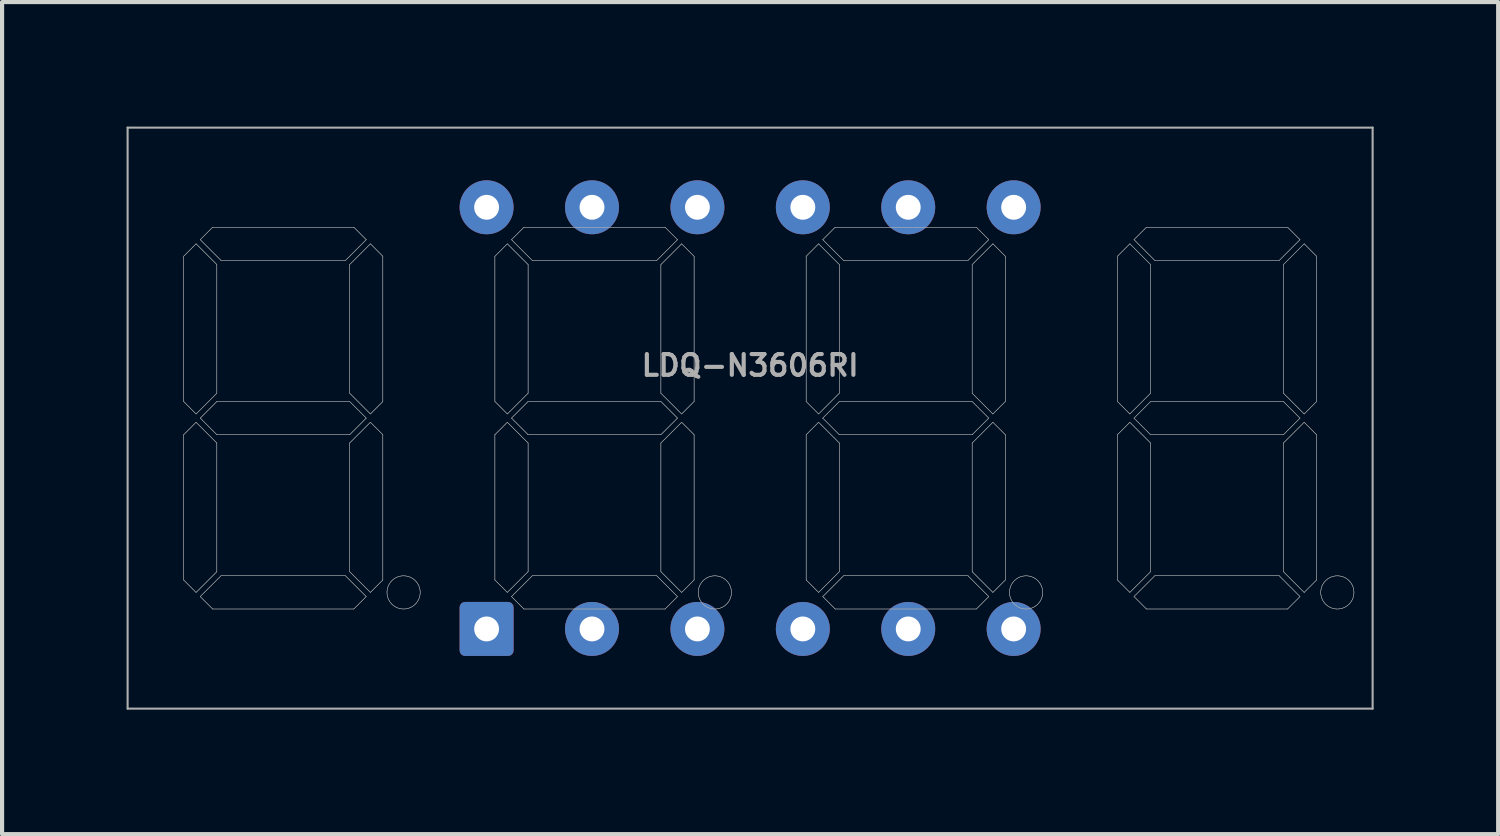
<source format=kicad_pcb>
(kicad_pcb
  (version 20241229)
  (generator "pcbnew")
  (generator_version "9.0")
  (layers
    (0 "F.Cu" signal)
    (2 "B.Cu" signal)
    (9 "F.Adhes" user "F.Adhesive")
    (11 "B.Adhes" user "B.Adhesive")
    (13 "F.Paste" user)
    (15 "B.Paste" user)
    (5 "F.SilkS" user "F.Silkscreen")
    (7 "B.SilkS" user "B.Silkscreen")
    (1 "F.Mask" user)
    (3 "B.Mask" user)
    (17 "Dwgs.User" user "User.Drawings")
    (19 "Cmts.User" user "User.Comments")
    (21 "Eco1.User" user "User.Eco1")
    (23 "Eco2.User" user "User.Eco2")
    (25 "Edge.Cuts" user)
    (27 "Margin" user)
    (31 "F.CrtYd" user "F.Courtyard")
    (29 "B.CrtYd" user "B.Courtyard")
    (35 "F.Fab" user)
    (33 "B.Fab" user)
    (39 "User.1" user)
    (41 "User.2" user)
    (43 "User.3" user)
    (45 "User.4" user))
  (footprint "LDQ-N3606RI"
    (layer "F.Cu")
    (at 15.025 7.025)
    (property "Reference" "LDQ-N3606RI" (at 0 -1.27 0) (layer "F.Fab") (effects (font (size 0.5 0.5) (thickness 0.1))))
    (attr through_hole)
    (fp_line (start -15 -7) (end -15 7) (stroke (width 0.05) (type solid)) (layer "F.Fab"))
    (fp_line (start -15 7) (end 15 7) (stroke (width 0.05) (type solid)) (layer "F.Fab"))
    (fp_line (start -13.65 -3.9) (end -13.35 -4.2) (stroke (width 0.01) (type solid)) (layer "F.Fab"))
    (fp_line (start -13.65 -3.9) (end -13.35 -4.2) (stroke (width 0.01) (type solid)) (layer "F.Fab"))
    (fp_line (start -13.65 -0.4) (end -13.65 -3.9) (stroke (width 0.01) (type solid)) (layer "F.Fab"))
    (fp_line (start -13.65 -0.4) (end -13.65 -3.9) (stroke (width 0.01) (type solid)) (layer "F.Fab"))
    (fp_line (start -13.65 0.4) (end -13.35 0.1) (stroke (width 0.01) (type solid)) (layer "F.Fab"))
    (fp_line (start -13.65 0.4) (end -13.35 0.1) (stroke (width 0.01) (type solid)) (layer "F.Fab"))
    (fp_line (start -13.65 3.9) (end -13.65 0.4) (stroke (width 0.01) (type solid)) (layer "F.Fab"))
    (fp_line (start -13.65 3.9) (end -13.65 0.4) (stroke (width 0.01) (type solid)) (layer "F.Fab"))
    (fp_line (start -13.35 -4.2) (end -12.85 -3.7) (stroke (width 0.01) (type solid)) (layer "F.Fab"))
    (fp_line (start -13.35 -4.2) (end -12.85 -3.7) (stroke (width 0.01) (type solid)) (layer "F.Fab"))
    (fp_line (start -13.35 -0.1) (end -13.65 -0.4) (stroke (width 0.01) (type solid)) (layer "F.Fab"))
    (fp_line (start -13.35 -0.1) (end -13.65 -0.4) (stroke (width 0.01) (type solid)) (layer "F.Fab"))
    (fp_line (start -13.35 0.1) (end -12.85 0.6) (stroke (width 0.01) (type solid)) (layer "F.Fab"))
    (fp_line (start -13.35 0.1) (end -12.85 0.6) (stroke (width 0.01) (type solid)) (layer "F.Fab"))
    (fp_line (start -13.35 4.2) (end -13.65 3.9) (stroke (width 0.01) (type solid)) (layer "F.Fab"))
    (fp_line (start -13.35 4.2) (end -13.65 3.9) (stroke (width 0.01) (type solid)) (layer "F.Fab"))
    (fp_line (start -13.25 -4.3) (end -12.75 -3.8) (stroke (width 0.01) (type solid)) (layer "F.Fab"))
    (fp_line (start -13.25 -4.3) (end -12.75 -3.8) (stroke (width 0.01) (type solid)) (layer "F.Fab"))
    (fp_line (start -13.25 0) (end -12.85 -0.4) (stroke (width 0.01) (type solid)) (layer "F.Fab"))
    (fp_line (start -13.25 0) (end -12.85 -0.4) (stroke (width 0.01) (type solid)) (layer "F.Fab"))
    (fp_line (start -13.25 4.3) (end -12.95 4.6) (stroke (width 0.01) (type solid)) (layer "F.Fab"))
    (fp_line (start -13.25 4.3) (end -12.95 4.6) (stroke (width 0.01) (type solid)) (layer "F.Fab"))
    (fp_line (start -13.25 4.3) (end -12.75 3.8) (stroke (width 0.01) (type solid)) (layer "F.Fab"))
    (fp_line (start -13.25 4.3) (end -12.75 3.8) (stroke (width 0.01) (type solid)) (layer "F.Fab"))
    (fp_line (start -12.95 -4.6) (end -13.25 -4.3) (stroke (width 0.01) (type solid)) (layer "F.Fab"))
    (fp_line (start -12.95 -4.6) (end -13.25 -4.3) (stroke (width 0.01) (type solid)) (layer "F.Fab"))
    (fp_line (start -12.95 4.6) (end -9.55 4.6) (stroke (width 0.01) (type solid)) (layer "F.Fab"))
    (fp_line (start -12.95 4.6) (end -9.55 4.6) (stroke (width 0.01) (type solid)) (layer "F.Fab"))
    (fp_line (start -12.85 -3.7) (end -12.85 -0.6) (stroke (width 0.01) (type solid)) (layer "F.Fab"))
    (fp_line (start -12.85 -3.7) (end -12.85 -0.6) (stroke (width 0.01) (type solid)) (layer "F.Fab"))
    (fp_line (start -12.85 -0.6) (end -13.35 -0.1) (stroke (width 0.01) (type solid)) (layer "F.Fab"))
    (fp_line (start -12.85 -0.6) (end -13.35 -0.1) (stroke (width 0.01) (type solid)) (layer "F.Fab"))
    (fp_line (start -12.85 -0.4) (end -9.65 -0.4) (stroke (width 0.01) (type solid)) (layer "F.Fab"))
    (fp_line (start -12.85 -0.4) (end -9.65 -0.4) (stroke (width 0.01) (type solid)) (layer "F.Fab"))
    (fp_line (start -12.85 0.4) (end -13.25 0) (stroke (width 0.01) (type solid)) (layer "F.Fab"))
    (fp_line (start -12.85 0.4) (end -13.25 0) (stroke (width 0.01) (type solid)) (layer "F.Fab"))
    (fp_line (start -12.85 0.6) (end -12.85 3.7) (stroke (width 0.01) (type solid)) (layer "F.Fab"))
    (fp_line (start -12.85 0.6) (end -12.85 3.7) (stroke (width 0.01) (type solid)) (layer "F.Fab"))
    (fp_line (start -12.85 3.7) (end -13.35 4.2) (stroke (width 0.01) (type solid)) (layer "F.Fab"))
    (fp_line (start -12.85 3.7) (end -13.35 4.2) (stroke (width 0.01) (type solid)) (layer "F.Fab"))
    (fp_line (start -12.75 -3.8) (end -9.75 -3.8) (stroke (width 0.01) (type solid)) (layer "F.Fab"))
    (fp_line (start -12.75 -3.8) (end -9.75 -3.8) (stroke (width 0.01) (type solid)) (layer "F.Fab"))
    (fp_line (start -9.75 3.8) (end -12.75 3.8) (stroke (width 0.01) (type solid)) (layer "F.Fab"))
    (fp_line (start -9.75 3.8) (end -12.75 3.8) (stroke (width 0.01) (type solid)) (layer "F.Fab"))
    (fp_line (start -9.65 -3.7) (end -9.15 -4.2) (stroke (width 0.01) (type solid)) (layer "F.Fab"))
    (fp_line (start -9.65 -3.7) (end -9.15 -4.2) (stroke (width 0.01) (type solid)) (layer "F.Fab"))
    (fp_line (start -9.65 -0.6) (end -9.65 -3.7) (stroke (width 0.01) (type solid)) (layer "F.Fab"))
    (fp_line (start -9.65 -0.6) (end -9.65 -3.7) (stroke (width 0.01) (type solid)) (layer "F.Fab"))
    (fp_line (start -9.65 0.4) (end -12.85 0.4) (stroke (width 0.01) (type solid)) (layer "F.Fab"))
    (fp_line (start -9.65 0.4) (end -12.85 0.4) (stroke (width 0.01) (type solid)) (layer "F.Fab"))
    (fp_line (start -9.65 0.6) (end -9.15 0.1) (stroke (width 0.01) (type solid)) (layer "F.Fab"))
    (fp_line (start -9.65 0.6) (end -9.15 0.1) (stroke (width 0.01) (type solid)) (layer "F.Fab"))
    (fp_line (start -9.65 3.7) (end -9.65 0.6) (stroke (width 0.01) (type solid)) (layer "F.Fab"))
    (fp_line (start -9.65 3.7) (end -9.65 0.6) (stroke (width 0.01) (type solid)) (layer "F.Fab"))
    (fp_line (start -9.55 -4.6) (end -12.95 -4.6) (stroke (width 0.01) (type solid)) (layer "F.Fab"))
    (fp_line (start -9.55 -4.6) (end -12.95 -4.6) (stroke (width 0.01) (type solid)) (layer "F.Fab"))
    (fp_line (start -9.55 4.6) (end -9.25 4.3) (stroke (width 0.01) (type solid)) (layer "F.Fab"))
    (fp_line (start -9.55 4.6) (end -9.25 4.3) (stroke (width 0.01) (type solid)) (layer "F.Fab"))
    (fp_line (start -9.25 -4.3) (end -9.75 -3.8) (stroke (width 0.01) (type solid)) (layer "F.Fab"))
    (fp_line (start -9.25 -4.3) (end -9.75 -3.8) (stroke (width 0.01) (type solid)) (layer "F.Fab"))
    (fp_line (start -9.25 -4.3) (end -9.55 -4.6) (stroke (width 0.01) (type solid)) (layer "F.Fab"))
    (fp_line (start -9.25 -4.3) (end -9.55 -4.6) (stroke (width 0.01) (type solid)) (layer "F.Fab"))
    (fp_line (start -9.25 0) (end -9.65 -0.4) (stroke (width 0.01) (type solid)) (layer "F.Fab"))
    (fp_line (start -9.25 0) (end -9.65 -0.4) (stroke (width 0.01) (type solid)) (layer "F.Fab"))
    (fp_line (start -9.25 0) (end -9.65 0.4) (stroke (width 0.01) (type solid)) (layer "F.Fab"))
    (fp_line (start -9.25 0) (end -9.65 0.4) (stroke (width 0.01) (type solid)) (layer "F.Fab"))
    (fp_line (start -9.25 4.3) (end -9.75 3.8) (stroke (width 0.01) (type solid)) (layer "F.Fab"))
    (fp_line (start -9.25 4.3) (end -9.75 3.8) (stroke (width 0.01) (type solid)) (layer "F.Fab"))
    (fp_line (start -9.15 -4.2) (end -8.85 -3.9) (stroke (width 0.01) (type solid)) (layer "F.Fab"))
    (fp_line (start -9.15 -4.2) (end -8.85 -3.9) (stroke (width 0.01) (type solid)) (layer "F.Fab"))
    (fp_line (start -9.15 -0.1) (end -9.65 -0.6) (stroke (width 0.01) (type solid)) (layer "F.Fab"))
    (fp_line (start -9.15 -0.1) (end -9.65 -0.6) (stroke (width 0.01) (type solid)) (layer "F.Fab"))
    (fp_line (start -9.15 0.1) (end -8.85 0.4) (stroke (width 0.01) (type solid)) (layer "F.Fab"))
    (fp_line (start -9.15 0.1) (end -8.85 0.4) (stroke (width 0.01) (type solid)) (layer "F.Fab"))
    (fp_line (start -9.15 4.2) (end -9.65 3.7) (stroke (width 0.01) (type solid)) (layer "F.Fab"))
    (fp_line (start -9.15 4.2) (end -9.65 3.7) (stroke (width 0.01) (type solid)) (layer "F.Fab"))
    (fp_line (start -8.85 -3.9) (end -8.85 -0.4) (stroke (width 0.01) (type solid)) (layer "F.Fab"))
    (fp_line (start -8.85 -3.9) (end -8.85 -0.4) (stroke (width 0.01) (type solid)) (layer "F.Fab"))
    (fp_line (start -8.85 -0.4) (end -9.15 -0.1) (stroke (width 0.01) (type solid)) (layer "F.Fab"))
    (fp_line (start -8.85 -0.4) (end -9.15 -0.1) (stroke (width 0.01) (type solid)) (layer "F.Fab"))
    (fp_line (start -8.85 0.4) (end -8.85 3.9) (stroke (width 0.01) (type solid)) (layer "F.Fab"))
    (fp_line (start -8.85 0.4) (end -8.85 3.9) (stroke (width 0.01) (type solid)) (layer "F.Fab"))
    (fp_line (start -8.85 3.9) (end -9.15 4.2) (stroke (width 0.01) (type solid)) (layer "F.Fab"))
    (fp_line (start -8.85 3.9) (end -9.15 4.2) (stroke (width 0.01) (type solid)) (layer "F.Fab"))
    (fp_line (start -6.15 -3.9) (end -5.85 -4.2) (stroke (width 0.01) (type solid)) (layer "F.Fab"))
    (fp_line (start -6.15 -3.9) (end -5.85 -4.2) (stroke (width 0.01) (type solid)) (layer "F.Fab"))
    (fp_line (start -6.15 -0.4) (end -6.15 -3.9) (stroke (width 0.01) (type solid)) (layer "F.Fab"))
    (fp_line (start -6.15 -0.4) (end -6.15 -3.9) (stroke (width 0.01) (type solid)) (layer "F.Fab"))
    (fp_line (start -6.15 0.4) (end -5.85 0.1) (stroke (width 0.01) (type solid)) (layer "F.Fab"))
    (fp_line (start -6.15 0.4) (end -5.85 0.1) (stroke (width 0.01) (type solid)) (layer "F.Fab"))
    (fp_line (start -6.15 3.9) (end -6.15 0.4) (stroke (width 0.01) (type solid)) (layer "F.Fab"))
    (fp_line (start -6.15 3.9) (end -6.15 0.4) (stroke (width 0.01) (type solid)) (layer "F.Fab"))
    (fp_line (start -5.85 -4.2) (end -5.35 -3.7) (stroke (width 0.01) (type solid)) (layer "F.Fab"))
    (fp_line (start -5.85 -4.2) (end -5.35 -3.7) (stroke (width 0.01) (type solid)) (layer "F.Fab"))
    (fp_line (start -5.85 -0.1) (end -6.15 -0.4) (stroke (width 0.01) (type solid)) (layer "F.Fab"))
    (fp_line (start -5.85 -0.1) (end -6.15 -0.4) (stroke (width 0.01) (type solid)) (layer "F.Fab"))
    (fp_line (start -5.85 0.1) (end -5.35 0.6) (stroke (width 0.01) (type solid)) (layer "F.Fab"))
    (fp_line (start -5.85 0.1) (end -5.35 0.6) (stroke (width 0.01) (type solid)) (layer "F.Fab"))
    (fp_line (start -5.85 4.2) (end -6.15 3.9) (stroke (width 0.01) (type solid)) (layer "F.Fab"))
    (fp_line (start -5.85 4.2) (end -6.15 3.9) (stroke (width 0.01) (type solid)) (layer "F.Fab"))
    (fp_line (start -5.75 -4.3) (end -5.25 -3.8) (stroke (width 0.01) (type solid)) (layer "F.Fab"))
    (fp_line (start -5.75 -4.3) (end -5.25 -3.8) (stroke (width 0.01) (type solid)) (layer "F.Fab"))
    (fp_line (start -5.75 0) (end -5.35 -0.4) (stroke (width 0.01) (type solid)) (layer "F.Fab"))
    (fp_line (start -5.75 0) (end -5.35 -0.4) (stroke (width 0.01) (type solid)) (layer "F.Fab"))
    (fp_line (start -5.75 4.3) (end -5.45 4.6) (stroke (width 0.01) (type solid)) (layer "F.Fab"))
    (fp_line (start -5.75 4.3) (end -5.45 4.6) (stroke (width 0.01) (type solid)) (layer "F.Fab"))
    (fp_line (start -5.75 4.3) (end -5.25 3.8) (stroke (width 0.01) (type solid)) (layer "F.Fab"))
    (fp_line (start -5.75 4.3) (end -5.25 3.8) (stroke (width 0.01) (type solid)) (layer "F.Fab"))
    (fp_line (start -5.45 -4.6) (end -5.75 -4.3) (stroke (width 0.01) (type solid)) (layer "F.Fab"))
    (fp_line (start -5.45 -4.6) (end -5.75 -4.3) (stroke (width 0.01) (type solid)) (layer "F.Fab"))
    (fp_line (start -5.45 4.6) (end -2.05 4.6) (stroke (width 0.01) (type solid)) (layer "F.Fab"))
    (fp_line (start -5.45 4.6) (end -2.05 4.6) (stroke (width 0.01) (type solid)) (layer "F.Fab"))
    (fp_line (start -5.35 -3.7) (end -5.35 -0.6) (stroke (width 0.01) (type solid)) (layer "F.Fab"))
    (fp_line (start -5.35 -3.7) (end -5.35 -0.6) (stroke (width 0.01) (type solid)) (layer "F.Fab"))
    (fp_line (start -5.35 -0.6) (end -5.85 -0.1) (stroke (width 0.01) (type solid)) (layer "F.Fab"))
    (fp_line (start -5.35 -0.6) (end -5.85 -0.1) (stroke (width 0.01) (type solid)) (layer "F.Fab"))
    (fp_line (start -5.35 -0.4) (end -2.15 -0.4) (stroke (width 0.01) (type solid)) (layer "F.Fab"))
    (fp_line (start -5.35 -0.4) (end -2.15 -0.4) (stroke (width 0.01) (type solid)) (layer "F.Fab"))
    (fp_line (start -5.35 0.4) (end -5.75 0) (stroke (width 0.01) (type solid)) (layer "F.Fab"))
    (fp_line (start -5.35 0.4) (end -5.75 0) (stroke (width 0.01) (type solid)) (layer "F.Fab"))
    (fp_line (start -5.35 0.6) (end -5.35 3.7) (stroke (width 0.01) (type solid)) (layer "F.Fab"))
    (fp_line (start -5.35 0.6) (end -5.35 3.7) (stroke (width 0.01) (type solid)) (layer "F.Fab"))
    (fp_line (start -5.35 3.7) (end -5.85 4.2) (stroke (width 0.01) (type solid)) (layer "F.Fab"))
    (fp_line (start -5.35 3.7) (end -5.85 4.2) (stroke (width 0.01) (type solid)) (layer "F.Fab"))
    (fp_line (start -5.25 -3.8) (end -2.25 -3.8) (stroke (width 0.01) (type solid)) (layer "F.Fab"))
    (fp_line (start -5.25 -3.8) (end -2.25 -3.8) (stroke (width 0.01) (type solid)) (layer "F.Fab"))
    (fp_line (start -2.25 3.8) (end -5.25 3.8) (stroke (width 0.01) (type solid)) (layer "F.Fab"))
    (fp_line (start -2.25 3.8) (end -5.25 3.8) (stroke (width 0.01) (type solid)) (layer "F.Fab"))
    (fp_line (start -2.15 -3.7) (end -1.65 -4.2) (stroke (width 0.01) (type solid)) (layer "F.Fab"))
    (fp_line (start -2.15 -3.7) (end -1.65 -4.2) (stroke (width 0.01) (type solid)) (layer "F.Fab"))
    (fp_line (start -2.15 -0.6) (end -2.15 -3.7) (stroke (width 0.01) (type solid)) (layer "F.Fab"))
    (fp_line (start -2.15 -0.6) (end -2.15 -3.7) (stroke (width 0.01) (type solid)) (layer "F.Fab"))
    (fp_line (start -2.15 0.4) (end -5.35 0.4) (stroke (width 0.01) (type solid)) (layer "F.Fab"))
    (fp_line (start -2.15 0.4) (end -5.35 0.4) (stroke (width 0.01) (type solid)) (layer "F.Fab"))
    (fp_line (start -2.15 0.6) (end -1.65 0.1) (stroke (width 0.01) (type solid)) (layer "F.Fab"))
    (fp_line (start -2.15 0.6) (end -1.65 0.1) (stroke (width 0.01) (type solid)) (layer "F.Fab"))
    (fp_line (start -2.15 3.7) (end -2.15 0.6) (stroke (width 0.01) (type solid)) (layer "F.Fab"))
    (fp_line (start -2.15 3.7) (end -2.15 0.6) (stroke (width 0.01) (type solid)) (layer "F.Fab"))
    (fp_line (start -2.05 -4.6) (end -5.45 -4.6) (stroke (width 0.01) (type solid)) (layer "F.Fab"))
    (fp_line (start -2.05 -4.6) (end -5.45 -4.6) (stroke (width 0.01) (type solid)) (layer "F.Fab"))
    (fp_line (start -2.05 4.6) (end -1.75 4.3) (stroke (width 0.01) (type solid)) (layer "F.Fab"))
    (fp_line (start -2.05 4.6) (end -1.75 4.3) (stroke (width 0.01) (type solid)) (layer "F.Fab"))
    (fp_line (start -1.75 -4.3) (end -2.25 -3.8) (stroke (width 0.01) (type solid)) (layer "F.Fab"))
    (fp_line (start -1.75 -4.3) (end -2.25 -3.8) (stroke (width 0.01) (type solid)) (layer "F.Fab"))
    (fp_line (start -1.75 -4.3) (end -2.05 -4.6) (stroke (width 0.01) (type solid)) (layer "F.Fab"))
    (fp_line (start -1.75 -4.3) (end -2.05 -4.6) (stroke (width 0.01) (type solid)) (layer "F.Fab"))
    (fp_line (start -1.75 0) (end -2.15 -0.4) (stroke (width 0.01) (type solid)) (layer "F.Fab"))
    (fp_line (start -1.75 0) (end -2.15 -0.4) (stroke (width 0.01) (type solid)) (layer "F.Fab"))
    (fp_line (start -1.75 0) (end -2.15 0.4) (stroke (width 0.01) (type solid)) (layer "F.Fab"))
    (fp_line (start -1.75 0) (end -2.15 0.4) (stroke (width 0.01) (type solid)) (layer "F.Fab"))
    (fp_line (start -1.75 4.3) (end -2.25 3.8) (stroke (width 0.01) (type solid)) (layer "F.Fab"))
    (fp_line (start -1.75 4.3) (end -2.25 3.8) (stroke (width 0.01) (type solid)) (layer "F.Fab"))
    (fp_line (start -1.65 -4.2) (end -1.35 -3.9) (stroke (width 0.01) (type solid)) (layer "F.Fab"))
    (fp_line (start -1.65 -4.2) (end -1.35 -3.9) (stroke (width 0.01) (type solid)) (layer "F.Fab"))
    (fp_line (start -1.65 -0.1) (end -2.15 -0.6) (stroke (width 0.01) (type solid)) (layer "F.Fab"))
    (fp_line (start -1.65 -0.1) (end -2.15 -0.6) (stroke (width 0.01) (type solid)) (layer "F.Fab"))
    (fp_line (start -1.65 0.1) (end -1.35 0.4) (stroke (width 0.01) (type solid)) (layer "F.Fab"))
    (fp_line (start -1.65 0.1) (end -1.35 0.4) (stroke (width 0.01) (type solid)) (layer "F.Fab"))
    (fp_line (start -1.65 4.2) (end -2.15 3.7) (stroke (width 0.01) (type solid)) (layer "F.Fab"))
    (fp_line (start -1.65 4.2) (end -2.15 3.7) (stroke (width 0.01) (type solid)) (layer "F.Fab"))
    (fp_line (start -1.35 -3.9) (end -1.35 -0.4) (stroke (width 0.01) (type solid)) (layer "F.Fab"))
    (fp_line (start -1.35 -3.9) (end -1.35 -0.4) (stroke (width 0.01) (type solid)) (layer "F.Fab"))
    (fp_line (start -1.35 -0.4) (end -1.65 -0.1) (stroke (width 0.01) (type solid)) (layer "F.Fab"))
    (fp_line (start -1.35 -0.4) (end -1.65 -0.1) (stroke (width 0.01) (type solid)) (layer "F.Fab"))
    (fp_line (start -1.35 0.4) (end -1.35 3.9) (stroke (width 0.01) (type solid)) (layer "F.Fab"))
    (fp_line (start -1.35 0.4) (end -1.35 3.9) (stroke (width 0.01) (type solid)) (layer "F.Fab"))
    (fp_line (start -1.35 3.9) (end -1.65 4.2) (stroke (width 0.01) (type solid)) (layer "F.Fab"))
    (fp_line (start -1.35 3.9) (end -1.65 4.2) (stroke (width 0.01) (type solid)) (layer "F.Fab"))
    (fp_line (start 1.35 -3.9) (end 1.65 -4.2) (stroke (width 0.01) (type solid)) (layer "F.Fab"))
    (fp_line (start 1.35 -3.9) (end 1.65 -4.2) (stroke (width 0.01) (type solid)) (layer "F.Fab"))
    (fp_line (start 1.35 -0.4) (end 1.35 -3.9) (stroke (width 0.01) (type solid)) (layer "F.Fab"))
    (fp_line (start 1.35 -0.4) (end 1.35 -3.9) (stroke (width 0.01) (type solid)) (layer "F.Fab"))
    (fp_line (start 1.35 0.4) (end 1.65 0.1) (stroke (width 0.01) (type solid)) (layer "F.Fab"))
    (fp_line (start 1.35 0.4) (end 1.65 0.1) (stroke (width 0.01) (type solid)) (layer "F.Fab"))
    (fp_line (start 1.35 3.9) (end 1.35 0.4) (stroke (width 0.01) (type solid)) (layer "F.Fab"))
    (fp_line (start 1.35 3.9) (end 1.35 0.4) (stroke (width 0.01) (type solid)) (layer "F.Fab"))
    (fp_line (start 1.65 -4.2) (end 2.15 -3.7) (stroke (width 0.01) (type solid)) (layer "F.Fab"))
    (fp_line (start 1.65 -4.2) (end 2.15 -3.7) (stroke (width 0.01) (type solid)) (layer "F.Fab"))
    (fp_line (start 1.65 -0.1) (end 1.35 -0.4) (stroke (width 0.01) (type solid)) (layer "F.Fab"))
    (fp_line (start 1.65 -0.1) (end 1.35 -0.4) (stroke (width 0.01) (type solid)) (layer "F.Fab"))
    (fp_line (start 1.65 0.1) (end 2.15 0.6) (stroke (width 0.01) (type solid)) (layer "F.Fab"))
    (fp_line (start 1.65 0.1) (end 2.15 0.6) (stroke (width 0.01) (type solid)) (layer "F.Fab"))
    (fp_line (start 1.65 4.2) (end 1.35 3.9) (stroke (width 0.01) (type solid)) (layer "F.Fab"))
    (fp_line (start 1.65 4.2) (end 1.35 3.9) (stroke (width 0.01) (type solid)) (layer "F.Fab"))
    (fp_line (start 1.75 -4.3) (end 2.25 -3.8) (stroke (width 0.01) (type solid)) (layer "F.Fab"))
    (fp_line (start 1.75 -4.3) (end 2.25 -3.8) (stroke (width 0.01) (type solid)) (layer "F.Fab"))
    (fp_line (start 1.75 0) (end 2.15 -0.4) (stroke (width 0.01) (type solid)) (layer "F.Fab"))
    (fp_line (start 1.75 0) (end 2.15 -0.4) (stroke (width 0.01) (type solid)) (layer "F.Fab"))
    (fp_line (start 1.75 4.3) (end 2.05 4.6) (stroke (width 0.01) (type solid)) (layer "F.Fab"))
    (fp_line (start 1.75 4.3) (end 2.05 4.6) (stroke (width 0.01) (type solid)) (layer "F.Fab"))
    (fp_line (start 1.75 4.3) (end 2.25 3.8) (stroke (width 0.01) (type solid)) (layer "F.Fab"))
    (fp_line (start 1.75 4.3) (end 2.25 3.8) (stroke (width 0.01) (type solid)) (layer "F.Fab"))
    (fp_line (start 2.05 -4.6) (end 1.75 -4.3) (stroke (width 0.01) (type solid)) (layer "F.Fab"))
    (fp_line (start 2.05 -4.6) (end 1.75 -4.3) (stroke (width 0.01) (type solid)) (layer "F.Fab"))
    (fp_line (start 2.05 4.6) (end 5.45 4.6) (stroke (width 0.01) (type solid)) (layer "F.Fab"))
    (fp_line (start 2.05 4.6) (end 5.45 4.6) (stroke (width 0.01) (type solid)) (layer "F.Fab"))
    (fp_line (start 2.15 -3.7) (end 2.15 -0.6) (stroke (width 0.01) (type solid)) (layer "F.Fab"))
    (fp_line (start 2.15 -3.7) (end 2.15 -0.6) (stroke (width 0.01) (type solid)) (layer "F.Fab"))
    (fp_line (start 2.15 -0.6) (end 1.65 -0.1) (stroke (width 0.01) (type solid)) (layer "F.Fab"))
    (fp_line (start 2.15 -0.6) (end 1.65 -0.1) (stroke (width 0.01) (type solid)) (layer "F.Fab"))
    (fp_line (start 2.15 -0.4) (end 5.35 -0.4) (stroke (width 0.01) (type solid)) (layer "F.Fab"))
    (fp_line (start 2.15 -0.4) (end 5.35 -0.4) (stroke (width 0.01) (type solid)) (layer "F.Fab"))
    (fp_line (start 2.15 0.4) (end 1.75 0) (stroke (width 0.01) (type solid)) (layer "F.Fab"))
    (fp_line (start 2.15 0.4) (end 1.75 0) (stroke (width 0.01) (type solid)) (layer "F.Fab"))
    (fp_line (start 2.15 0.6) (end 2.15 3.7) (stroke (width 0.01) (type solid)) (layer "F.Fab"))
    (fp_line (start 2.15 0.6) (end 2.15 3.7) (stroke (width 0.01) (type solid)) (layer "F.Fab"))
    (fp_line (start 2.15 3.7) (end 1.65 4.2) (stroke (width 0.01) (type solid)) (layer "F.Fab"))
    (fp_line (start 2.15 3.7) (end 1.65 4.2) (stroke (width 0.01) (type solid)) (layer "F.Fab"))
    (fp_line (start 2.25 -3.8) (end 5.25 -3.8) (stroke (width 0.01) (type solid)) (layer "F.Fab"))
    (fp_line (start 2.25 -3.8) (end 5.25 -3.8) (stroke (width 0.01) (type solid)) (layer "F.Fab"))
    (fp_line (start 5.25 3.8) (end 2.25 3.8) (stroke (width 0.01) (type solid)) (layer "F.Fab"))
    (fp_line (start 5.25 3.8) (end 2.25 3.8) (stroke (width 0.01) (type solid)) (layer "F.Fab"))
    (fp_line (start 5.35 -3.7) (end 5.85 -4.2) (stroke (width 0.01) (type solid)) (layer "F.Fab"))
    (fp_line (start 5.35 -3.7) (end 5.85 -4.2) (stroke (width 0.01) (type solid)) (layer "F.Fab"))
    (fp_line (start 5.35 -0.6) (end 5.35 -3.7) (stroke (width 0.01) (type solid)) (layer "F.Fab"))
    (fp_line (start 5.35 -0.6) (end 5.35 -3.7) (stroke (width 0.01) (type solid)) (layer "F.Fab"))
    (fp_line (start 5.35 0.4) (end 2.15 0.4) (stroke (width 0.01) (type solid)) (layer "F.Fab"))
    (fp_line (start 5.35 0.4) (end 2.15 0.4) (stroke (width 0.01) (type solid)) (layer "F.Fab"))
    (fp_line (start 5.35 0.6) (end 5.85 0.1) (stroke (width 0.01) (type solid)) (layer "F.Fab"))
    (fp_line (start 5.35 0.6) (end 5.85 0.1) (stroke (width 0.01) (type solid)) (layer "F.Fab"))
    (fp_line (start 5.35 3.7) (end 5.35 0.6) (stroke (width 0.01) (type solid)) (layer "F.Fab"))
    (fp_line (start 5.35 3.7) (end 5.35 0.6) (stroke (width 0.01) (type solid)) (layer "F.Fab"))
    (fp_line (start 5.45 -4.6) (end 2.05 -4.6) (stroke (width 0.01) (type solid)) (layer "F.Fab"))
    (fp_line (start 5.45 -4.6) (end 2.05 -4.6) (stroke (width 0.01) (type solid)) (layer "F.Fab"))
    (fp_line (start 5.45 4.6) (end 5.75 4.3) (stroke (width 0.01) (type solid)) (layer "F.Fab"))
    (fp_line (start 5.45 4.6) (end 5.75 4.3) (stroke (width 0.01) (type solid)) (layer "F.Fab"))
    (fp_line (start 5.75 -4.3) (end 5.25 -3.8) (stroke (width 0.01) (type solid)) (layer "F.Fab"))
    (fp_line (start 5.75 -4.3) (end 5.25 -3.8) (stroke (width 0.01) (type solid)) (layer "F.Fab"))
    (fp_line (start 5.75 -4.3) (end 5.45 -4.6) (stroke (width 0.01) (type solid)) (layer "F.Fab"))
    (fp_line (start 5.75 -4.3) (end 5.45 -4.6) (stroke (width 0.01) (type solid)) (layer "F.Fab"))
    (fp_line (start 5.75 0) (end 5.35 -0.4) (stroke (width 0.01) (type solid)) (layer "F.Fab"))
    (fp_line (start 5.75 0) (end 5.35 -0.4) (stroke (width 0.01) (type solid)) (layer "F.Fab"))
    (fp_line (start 5.75 0) (end 5.35 0.4) (stroke (width 0.01) (type solid)) (layer "F.Fab"))
    (fp_line (start 5.75 0) (end 5.35 0.4) (stroke (width 0.01) (type solid)) (layer "F.Fab"))
    (fp_line (start 5.75 4.3) (end 5.25 3.8) (stroke (width 0.01) (type solid)) (layer "F.Fab"))
    (fp_line (start 5.75 4.3) (end 5.25 3.8) (stroke (width 0.01) (type solid)) (layer "F.Fab"))
    (fp_line (start 5.85 -4.2) (end 6.15 -3.9) (stroke (width 0.01) (type solid)) (layer "F.Fab"))
    (fp_line (start 5.85 -4.2) (end 6.15 -3.9) (stroke (width 0.01) (type solid)) (layer "F.Fab"))
    (fp_line (start 5.85 -0.1) (end 5.35 -0.6) (stroke (width 0.01) (type solid)) (layer "F.Fab"))
    (fp_line (start 5.85 -0.1) (end 5.35 -0.6) (stroke (width 0.01) (type solid)) (layer "F.Fab"))
    (fp_line (start 5.85 0.1) (end 6.15 0.4) (stroke (width 0.01) (type solid)) (layer "F.Fab"))
    (fp_line (start 5.85 0.1) (end 6.15 0.4) (stroke (width 0.01) (type solid)) (layer "F.Fab"))
    (fp_line (start 5.85 4.2) (end 5.35 3.7) (stroke (width 0.01) (type solid)) (layer "F.Fab"))
    (fp_line (start 5.85 4.2) (end 5.35 3.7) (stroke (width 0.01) (type solid)) (layer "F.Fab"))
    (fp_line (start 6.15 -3.9) (end 6.15 -0.4) (stroke (width 0.01) (type solid)) (layer "F.Fab"))
    (fp_line (start 6.15 -3.9) (end 6.15 -0.4) (stroke (width 0.01) (type solid)) (layer "F.Fab"))
    (fp_line (start 6.15 -0.4) (end 5.85 -0.1) (stroke (width 0.01) (type solid)) (layer "F.Fab"))
    (fp_line (start 6.15 -0.4) (end 5.85 -0.1) (stroke (width 0.01) (type solid)) (layer "F.Fab"))
    (fp_line (start 6.15 0.4) (end 6.15 3.9) (stroke (width 0.01) (type solid)) (layer "F.Fab"))
    (fp_line (start 6.15 0.4) (end 6.15 3.9) (stroke (width 0.01) (type solid)) (layer "F.Fab"))
    (fp_line (start 6.15 3.9) (end 5.85 4.2) (stroke (width 0.01) (type solid)) (layer "F.Fab"))
    (fp_line (start 6.15 3.9) (end 5.85 4.2) (stroke (width 0.01) (type solid)) (layer "F.Fab"))
    (fp_line (start 8.85 -3.9) (end 9.15 -4.2) (stroke (width 0.01) (type solid)) (layer "F.Fab"))
    (fp_line (start 8.85 -3.9) (end 9.15 -4.2) (stroke (width 0.01) (type solid)) (layer "F.Fab"))
    (fp_line (start 8.85 -0.4) (end 8.85 -3.9) (stroke (width 0.01) (type solid)) (layer "F.Fab"))
    (fp_line (start 8.85 -0.4) (end 8.85 -3.9) (stroke (width 0.01) (type solid)) (layer "F.Fab"))
    (fp_line (start 8.85 0.4) (end 9.15 0.1) (stroke (width 0.01) (type solid)) (layer "F.Fab"))
    (fp_line (start 8.85 0.4) (end 9.15 0.1) (stroke (width 0.01) (type solid)) (layer "F.Fab"))
    (fp_line (start 8.85 3.9) (end 8.85 0.4) (stroke (width 0.01) (type solid)) (layer "F.Fab"))
    (fp_line (start 8.85 3.9) (end 8.85 0.4) (stroke (width 0.01) (type solid)) (layer "F.Fab"))
    (fp_line (start 9.15 -4.2) (end 9.65 -3.7) (stroke (width 0.01) (type solid)) (layer "F.Fab"))
    (fp_line (start 9.15 -4.2) (end 9.65 -3.7) (stroke (width 0.01) (type solid)) (layer "F.Fab"))
    (fp_line (start 9.15 -0.1) (end 8.85 -0.4) (stroke (width 0.01) (type solid)) (layer "F.Fab"))
    (fp_line (start 9.15 -0.1) (end 8.85 -0.4) (stroke (width 0.01) (type solid)) (layer "F.Fab"))
    (fp_line (start 9.15 0.1) (end 9.65 0.6) (stroke (width 0.01) (type solid)) (layer "F.Fab"))
    (fp_line (start 9.15 0.1) (end 9.65 0.6) (stroke (width 0.01) (type solid)) (layer "F.Fab"))
    (fp_line (start 9.15 4.2) (end 8.85 3.9) (stroke (width 0.01) (type solid)) (layer "F.Fab"))
    (fp_line (start 9.15 4.2) (end 8.85 3.9) (stroke (width 0.01) (type solid)) (layer "F.Fab"))
    (fp_line (start 9.25 -4.3) (end 9.75 -3.8) (stroke (width 0.01) (type solid)) (layer "F.Fab"))
    (fp_line (start 9.25 -4.3) (end 9.75 -3.8) (stroke (width 0.01) (type solid)) (layer "F.Fab"))
    (fp_line (start 9.25 0) (end 9.65 -0.4) (stroke (width 0.01) (type solid)) (layer "F.Fab"))
    (fp_line (start 9.25 0) (end 9.65 -0.4) (stroke (width 0.01) (type solid)) (layer "F.Fab"))
    (fp_line (start 9.25 4.3) (end 9.55 4.6) (stroke (width 0.01) (type solid)) (layer "F.Fab"))
    (fp_line (start 9.25 4.3) (end 9.55 4.6) (stroke (width 0.01) (type solid)) (layer "F.Fab"))
    (fp_line (start 9.25 4.3) (end 9.75 3.8) (stroke (width 0.01) (type solid)) (layer "F.Fab"))
    (fp_line (start 9.25 4.3) (end 9.75 3.8) (stroke (width 0.01) (type solid)) (layer "F.Fab"))
    (fp_line (start 9.55 -4.6) (end 9.25 -4.3) (stroke (width 0.01) (type solid)) (layer "F.Fab"))
    (fp_line (start 9.55 -4.6) (end 9.25 -4.3) (stroke (width 0.01) (type solid)) (layer "F.Fab"))
    (fp_line (start 9.55 4.6) (end 12.95 4.6) (stroke (width 0.01) (type solid)) (layer "F.Fab"))
    (fp_line (start 9.55 4.6) (end 12.95 4.6) (stroke (width 0.01) (type solid)) (layer "F.Fab"))
    (fp_line (start 9.65 -3.7) (end 9.65 -0.6) (stroke (width 0.01) (type solid)) (layer "F.Fab"))
    (fp_line (start 9.65 -3.7) (end 9.65 -0.6) (stroke (width 0.01) (type solid)) (layer "F.Fab"))
    (fp_line (start 9.65 -0.6) (end 9.15 -0.1) (stroke (width 0.01) (type solid)) (layer "F.Fab"))
    (fp_line (start 9.65 -0.6) (end 9.15 -0.1) (stroke (width 0.01) (type solid)) (layer "F.Fab"))
    (fp_line (start 9.65 -0.4) (end 12.85 -0.4) (stroke (width 0.01) (type solid)) (layer "F.Fab"))
    (fp_line (start 9.65 -0.4) (end 12.85 -0.4) (stroke (width 0.01) (type solid)) (layer "F.Fab"))
    (fp_line (start 9.65 0.4) (end 9.25 0) (stroke (width 0.01) (type solid)) (layer "F.Fab"))
    (fp_line (start 9.65 0.4) (end 9.25 0) (stroke (width 0.01) (type solid)) (layer "F.Fab"))
    (fp_line (start 9.65 0.6) (end 9.65 3.7) (stroke (width 0.01) (type solid)) (layer "F.Fab"))
    (fp_line (start 9.65 0.6) (end 9.65 3.7) (stroke (width 0.01) (type solid)) (layer "F.Fab"))
    (fp_line (start 9.65 3.7) (end 9.15 4.2) (stroke (width 0.01) (type solid)) (layer "F.Fab"))
    (fp_line (start 9.65 3.7) (end 9.15 4.2) (stroke (width 0.01) (type solid)) (layer "F.Fab"))
    (fp_line (start 9.75 -3.8) (end 12.75 -3.8) (stroke (width 0.01) (type solid)) (layer "F.Fab"))
    (fp_line (start 9.75 -3.8) (end 12.75 -3.8) (stroke (width 0.01) (type solid)) (layer "F.Fab"))
    (fp_line (start 12.75 3.8) (end 9.75 3.8) (stroke (width 0.01) (type solid)) (layer "F.Fab"))
    (fp_line (start 12.75 3.8) (end 9.75 3.8) (stroke (width 0.01) (type solid)) (layer "F.Fab"))
    (fp_line (start 12.85 -3.7) (end 13.35 -4.2) (stroke (width 0.01) (type solid)) (layer "F.Fab"))
    (fp_line (start 12.85 -3.7) (end 13.35 -4.2) (stroke (width 0.01) (type solid)) (layer "F.Fab"))
    (fp_line (start 12.85 -0.6) (end 12.85 -3.7) (stroke (width 0.01) (type solid)) (layer "F.Fab"))
    (fp_line (start 12.85 -0.6) (end 12.85 -3.7) (stroke (width 0.01) (type solid)) (layer "F.Fab"))
    (fp_line (start 12.85 0.4) (end 9.65 0.4) (stroke (width 0.01) (type solid)) (layer "F.Fab"))
    (fp_line (start 12.85 0.4) (end 9.65 0.4) (stroke (width 0.01) (type solid)) (layer "F.Fab"))
    (fp_line (start 12.85 0.6) (end 13.35 0.1) (stroke (width 0.01) (type solid)) (layer "F.Fab"))
    (fp_line (start 12.85 0.6) (end 13.35 0.1) (stroke (width 0.01) (type solid)) (layer "F.Fab"))
    (fp_line (start 12.85 3.7) (end 12.85 0.6) (stroke (width 0.01) (type solid)) (layer "F.Fab"))
    (fp_line (start 12.85 3.7) (end 12.85 0.6) (stroke (width 0.01) (type solid)) (layer "F.Fab"))
    (fp_line (start 12.95 -4.6) (end 9.55 -4.6) (stroke (width 0.01) (type solid)) (layer "F.Fab"))
    (fp_line (start 12.95 -4.6) (end 9.55 -4.6) (stroke (width 0.01) (type solid)) (layer "F.Fab"))
    (fp_line (start 12.95 4.6) (end 13.25 4.3) (stroke (width 0.01) (type solid)) (layer "F.Fab"))
    (fp_line (start 12.95 4.6) (end 13.25 4.3) (stroke (width 0.01) (type solid)) (layer "F.Fab"))
    (fp_line (start 13.25 -4.3) (end 12.75 -3.8) (stroke (width 0.01) (type solid)) (layer "F.Fab"))
    (fp_line (start 13.25 -4.3) (end 12.75 -3.8) (stroke (width 0.01) (type solid)) (layer "F.Fab"))
    (fp_line (start 13.25 -4.3) (end 12.95 -4.6) (stroke (width 0.01) (type solid)) (layer "F.Fab"))
    (fp_line (start 13.25 -4.3) (end 12.95 -4.6) (stroke (width 0.01) (type solid)) (layer "F.Fab"))
    (fp_line (start 13.25 0) (end 12.85 -0.4) (stroke (width 0.01) (type solid)) (layer "F.Fab"))
    (fp_line (start 13.25 0) (end 12.85 -0.4) (stroke (width 0.01) (type solid)) (layer "F.Fab"))
    (fp_line (start 13.25 0) (end 12.85 0.4) (stroke (width 0.01) (type solid)) (layer "F.Fab"))
    (fp_line (start 13.25 0) (end 12.85 0.4) (stroke (width 0.01) (type solid)) (layer "F.Fab"))
    (fp_line (start 13.25 4.3) (end 12.75 3.8) (stroke (width 0.01) (type solid)) (layer "F.Fab"))
    (fp_line (start 13.25 4.3) (end 12.75 3.8) (stroke (width 0.01) (type solid)) (layer "F.Fab"))
    (fp_line (start 13.35 -4.2) (end 13.65 -3.9) (stroke (width 0.01) (type solid)) (layer "F.Fab"))
    (fp_line (start 13.35 -4.2) (end 13.65 -3.9) (stroke (width 0.01) (type solid)) (layer "F.Fab"))
    (fp_line (start 13.35 -0.1) (end 12.85 -0.6) (stroke (width 0.01) (type solid)) (layer "F.Fab"))
    (fp_line (start 13.35 -0.1) (end 12.85 -0.6) (stroke (width 0.01) (type solid)) (layer "F.Fab"))
    (fp_line (start 13.35 0.1) (end 13.65 0.4) (stroke (width 0.01) (type solid)) (layer "F.Fab"))
    (fp_line (start 13.35 0.1) (end 13.65 0.4) (stroke (width 0.01) (type solid)) (layer "F.Fab"))
    (fp_line (start 13.35 4.2) (end 12.85 3.7) (stroke (width 0.01) (type solid)) (layer "F.Fab"))
    (fp_line (start 13.35 4.2) (end 12.85 3.7) (stroke (width 0.01) (type solid)) (layer "F.Fab"))
    (fp_line (start 13.65 -3.9) (end 13.65 -0.4) (stroke (width 0.01) (type solid)) (layer "F.Fab"))
    (fp_line (start 13.65 -3.9) (end 13.65 -0.4) (stroke (width 0.01) (type solid)) (layer "F.Fab"))
    (fp_line (start 13.65 -0.4) (end 13.35 -0.1) (stroke (width 0.01) (type solid)) (layer "F.Fab"))
    (fp_line (start 13.65 -0.4) (end 13.35 -0.1) (stroke (width 0.01) (type solid)) (layer "F.Fab"))
    (fp_line (start 13.65 0.4) (end 13.65 3.9) (stroke (width 0.01) (type solid)) (layer "F.Fab"))
    (fp_line (start 13.65 0.4) (end 13.65 3.9) (stroke (width 0.01) (type solid)) (layer "F.Fab"))
    (fp_line (start 13.65 3.9) (end 13.35 4.2) (stroke (width 0.01) (type solid)) (layer "F.Fab"))
    (fp_line (start 13.65 3.9) (end 13.35 4.2) (stroke (width 0.01) (type solid)) (layer "F.Fab"))
    (fp_line (start 15 -7) (end -15 -7) (stroke (width 0.05) (type solid)) (layer "F.Fab"))
    (fp_line (start 15 7) (end 15 -7) (stroke (width 0.05) (type solid)) (layer "F.Fab"))
    (fp_circle (center -8.35 4.2) (end -8.75 4.2) (stroke (width 0.01) (type solid)) (fill no) (layer "F.Fab"))
    (fp_circle (center -8.35 4.2) (end -8.75 4.2) (stroke (width 0.01) (type solid)) (fill no) (layer "F.Fab"))
    (fp_circle (center -0.85 4.2) (end -1.25 4.2) (stroke (width 0.01) (type solid)) (fill no) (layer "F.Fab"))
    (fp_circle (center -0.85 4.2) (end -1.25 4.2) (stroke (width 0.01) (type solid)) (fill no) (layer "F.Fab"))
    (fp_circle (center 6.65 4.2) (end 6.25 4.2) (stroke (width 0.01) (type solid)) (fill no) (layer "F.Fab"))
    (fp_circle (center 6.65 4.2) (end 6.25 4.2) (stroke (width 0.01) (type solid)) (fill no) (layer "F.Fab"))
    (fp_circle (center 14.15 4.2) (end 13.75 4.2) (stroke (width 0.01) (type solid)) (fill no) (layer "F.Fab"))
    (fp_circle (center 14.15 4.2) (end 13.75 4.2) (stroke (width 0.01) (type solid)) (fill no) (layer "F.Fab"))
    (pad "1" thru_hole roundrect (at -6.35 5.08) (size 1.3 1.3) (drill 0.6) (layers "*.Cu" "*.Mask") (roundrect_rratio 0.1))
    (pad "2" thru_hole circle (at -3.81 5.08) (size 1.3 1.3) (drill 0.6) (layers "*.Cu" "*.Mask"))
    (pad "3" thru_hole circle (at -1.27 5.08) (size 1.3 1.3) (drill 0.6) (layers "*.Cu" "*.Mask"))
    (pad "4" thru_hole circle (at 1.27 5.08) (size 1.3 1.3) (drill 0.6) (layers "*.Cu" "*.Mask"))
    (pad "5" thru_hole circle (at 3.81 5.08) (size 1.3 1.3) (drill 0.6) (layers "*.Cu" "*.Mask"))
    (pad "6" thru_hole circle (at 6.35 5.08) (size 1.3 1.3) (drill 0.6) (layers "*.Cu" "*.Mask"))
    (pad "7" thru_hole circle (at 6.35 -5.08) (size 1.3 1.3) (drill 0.6) (layers "*.Cu" "*.Mask"))
    (pad "8" thru_hole circle (at 3.81 -5.08) (size 1.3 1.3) (drill 0.6) (layers "*.Cu" "*.Mask"))
    (pad "9" thru_hole circle (at 1.27 -5.08) (size 1.3 1.3) (drill 0.6) (layers "*.Cu" "*.Mask"))
    (pad "10" thru_hole circle (at -1.27 -5.08) (size 1.3 1.3) (drill 0.6) (layers "*.Cu" "*.Mask"))
    (pad "11" thru_hole circle (at -3.81 -5.08) (size 1.3 1.3) (drill 0.6) (layers "*.Cu" "*.Mask"))
    (pad "12" thru_hole circle (at -6.35 -5.08) (size 1.3 1.3) (drill 0.6) (layers "*.Cu" "*.Mask")))
  (gr_rect
    (start -3 -3)
    (end 33.05 17.05)
    (stroke (width 0.1) (type default))
    (fill no)
    (layer "Edge.Cuts")))
</source>
